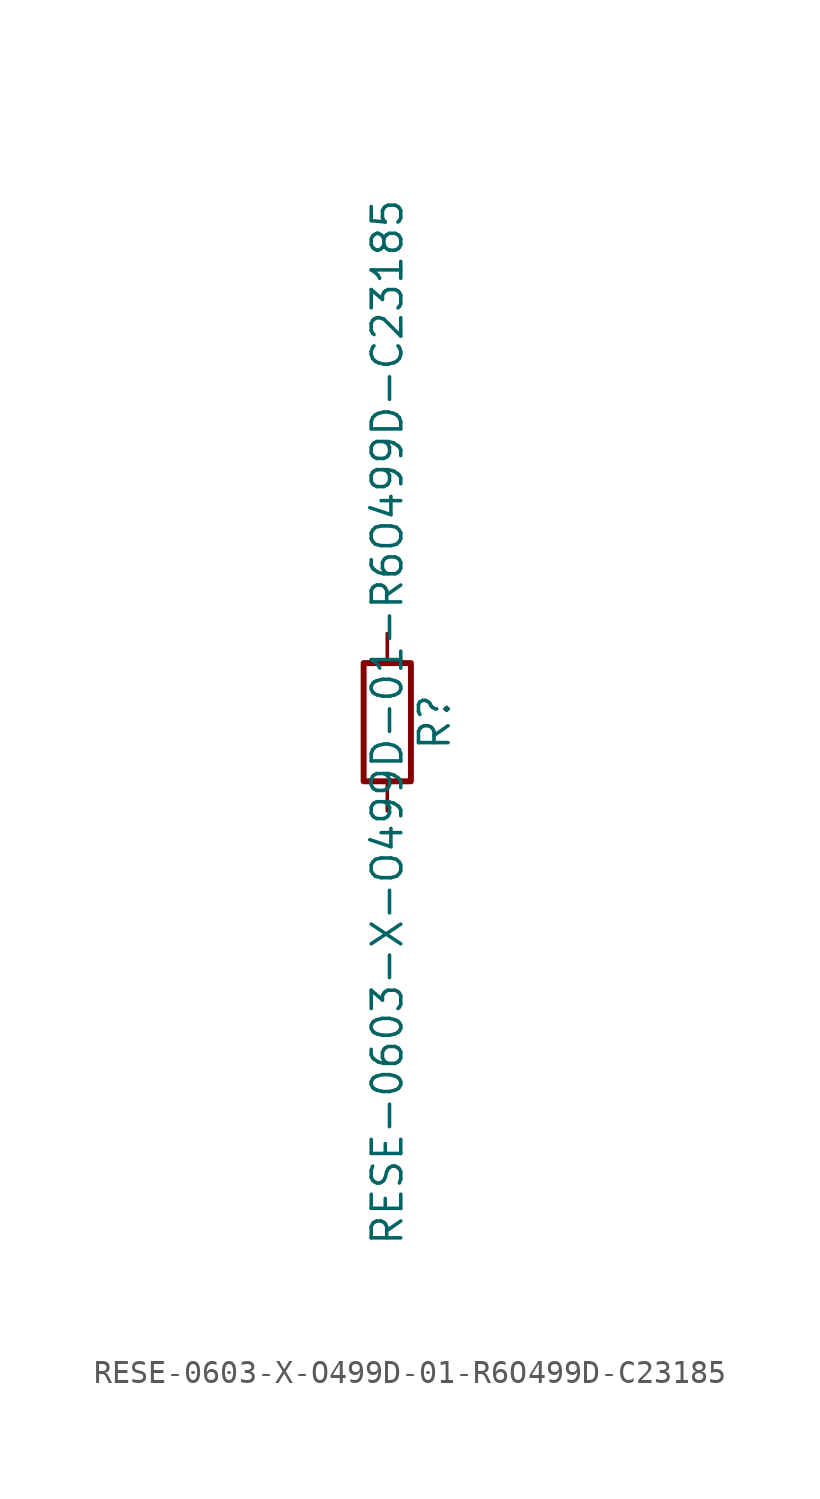
<source format=kicad_sym>
(kicad_symbol_lib
  (version 20211014)
  (generator kicad_symbol_editor)
  (symbol "RESE-0603-X-O499D-01-R6O499D-C23185"
    (pin_numbers hide)
    (pin_names
      (offset 0))
    (property "Reference" "R"
      (at 2.032 0 90)
      (effects (font (size 1.27 1.27))))
    (property "Value" "RESE-0603-X-O499D-01-R6O499D-C23185"
      (at 0 0 90)
      (effects (font (size 1.27 1.27))))
    (symbol "RESE-0603-X-O499D-01-R6O499D-C23185_0_1"
      (rectangle (start -1.016 -2.54) (end 1.016 2.54) (stroke (width 0.254) (type default) (color 0 0 0 0)) (fill (type none))))
    (symbol "RESE-0603-X-O499D-01-R6O499D-C23185_1_1"
      (pin passive line (at 0 3.81 270) (length 1.27) (name "~" (effects (font (size 1.27 1.27)))) (number "1" (effects (font (size 1.27 1.27)))))
      (pin passive line (at 0 -3.81 90) (length 1.27) (name "~" (effects (font (size 1.27 1.27)))) (number "2" (effects (font (size 1.27 1.27))))))))
</source>
